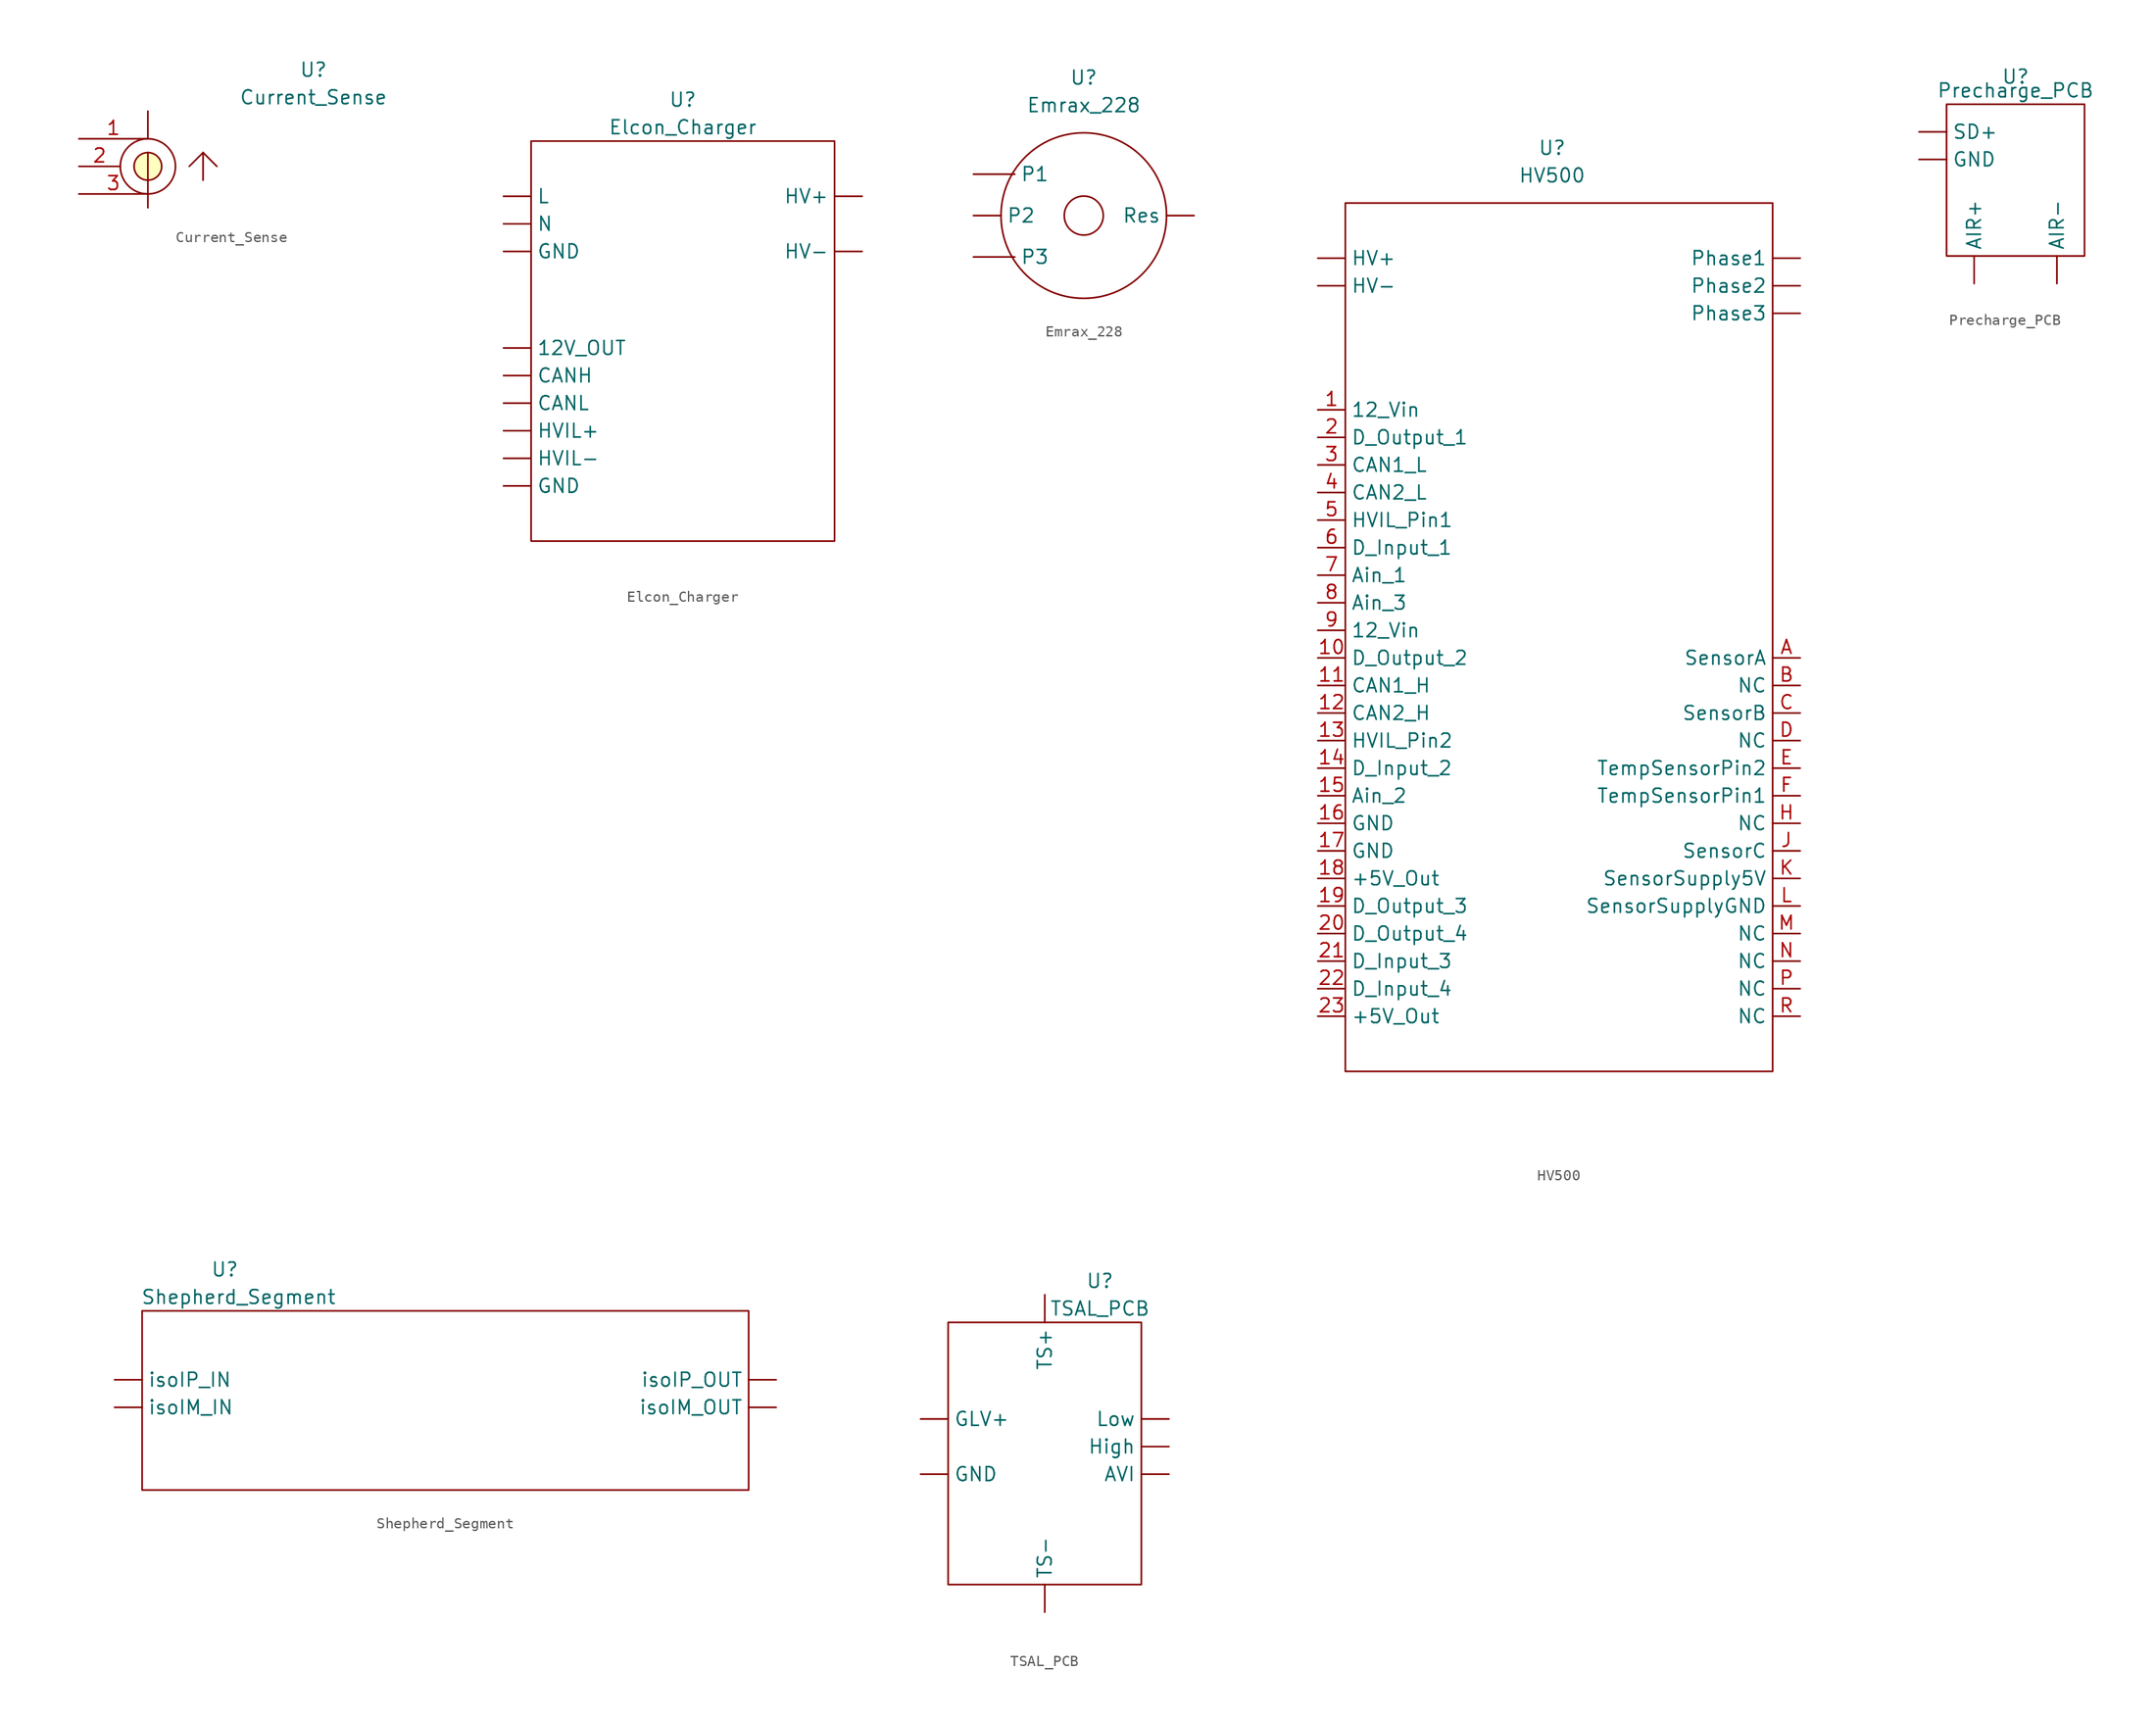
<source format=kicad_sym>
(kicad_symbol_lib
  (version 20211014)
  (generator kicad_symbol_editor)
  (symbol "Current_Sense"
    (property "Reference" "U"
      (at 15.24 8.89 0)
      (effects (font (size 1.27 1.27))))
    (property "Value" "Current_Sense"
      (at 15.24 6.35 0)
      (effects (font (size 1.27 1.27))))
    (symbol "Current_Sense_0_1"
      (polyline (pts (xy 0 -1.27) (xy 0 1.27)) (stroke (width 0) (type default) (color 0 0 0 0)) (fill (type none)))
      (polyline (pts (xy 5.08 -1.27) (xy 5.08 1.27)) (stroke (width 0) (type default) (color 0 0 0 0)) (fill (type none)))
      (polyline (pts (xy 5.08 1.27) (xy 3.81 0)) (stroke (width 0) (type default) (color 0 0 0 0)) (fill (type none)))
      (polyline (pts (xy 5.08 1.27) (xy 6.35 0)) (stroke (width 0) (type default) (color 0 0 0 0)) (fill (type none)))
      (circle (center 0 0) (radius 1.27) (stroke (width 0) (type default) (color 0 0 0 0)) (fill (type background)))
      (circle (center 0 0) (radius 2.54) (stroke (width 0) (type default) (color 0 0 0 0)) (fill (type none))))
    (symbol "Current_Sense_1_1"
      (pin bidirectional line (at 0 -3.81 90) (length 2.54) (name "" (effects (font (size 1.27 1.27)))) (number "" (effects (font (size 1.27 1.27)))))
      (pin bidirectional line (at 0 5.08 270) (length 2.54) (name "" (effects (font (size 1.27 1.27)))) (number "" (effects (font (size 1.27 1.27)))))
      (pin bidirectional line (at -6.35 2.54 0) (length 6.35) (name "" (effects (font (size 1.27 1.27)))) (number "1" (effects (font (size 1.27 1.27)))))
      (pin bidirectional line (at -6.35 0 0) (length 3.81) (name "" (effects (font (size 1.27 1.27)))) (number "2" (effects (font (size 1.27 1.27)))))
      (pin bidirectional line (at -6.35 -2.54 0) (length 6.35) (name "" (effects (font (size 1.27 1.27)))) (number "3" (effects (font (size 1.27 1.27)))))))
  (symbol "Elcon_Charger"
    (property "Reference" "U"
      (at 0 8.89 0)
      (effects (font (size 1.27 1.27))))
    (property "Value" "Elcon_Charger"
      (at 0 6.35 0)
      (effects (font (size 1.27 1.27))))
    (symbol "Elcon_Charger_0_1"
      (rectangle (start -13.97 5.08) (end 13.97 -31.75) (stroke (width 0) (type default) (color 0 0 0 0)) (fill (type none))))
    (symbol "Elcon_Charger_1_1"
      (pin output line (at -16.51 -13.97 0) (length 2.54) (name "12V_OUT" (effects (font (size 1.27 1.27)))) (number "" (effects (font (size 1.27 1.27)))))
      (pin output line (at -16.51 -16.51 0) (length 2.54) (name "CANH" (effects (font (size 1.27 1.27)))) (number "" (effects (font (size 1.27 1.27)))))
      (pin output line (at -16.51 -19.05 0) (length 2.54) (name "CANL" (effects (font (size 1.27 1.27)))) (number "" (effects (font (size 1.27 1.27)))))
      (pin output line (at -16.51 -26.67 0) (length 2.54) (name "GND" (effects (font (size 1.27 1.27)))) (number "" (effects (font (size 1.27 1.27)))))
      (pin input line (at -16.51 -5.08 0) (length 2.54) (name "GND" (effects (font (size 1.27 1.27)))) (number "" (effects (font (size 1.27 1.27)))))
      (pin output line (at 16.51 0 180) (length 2.54) (name "HV+" (effects (font (size 1.27 1.27)))) (number "" (effects (font (size 1.27 1.27)))))
      (pin output line (at 16.51 -5.08 180) (length 2.54) (name "HV-" (effects (font (size 1.27 1.27)))) (number "" (effects (font (size 1.27 1.27)))))
      (pin output line (at -16.51 -21.59 0) (length 2.54) (name "HVIL+" (effects (font (size 1.27 1.27)))) (number "" (effects (font (size 1.27 1.27)))))
      (pin output line (at -16.51 -24.13 0) (length 2.54) (name "HVIL-" (effects (font (size 1.27 1.27)))) (number "" (effects (font (size 1.27 1.27)))))
      (pin input line (at -16.51 0 0) (length 2.54) (name "L" (effects (font (size 1.27 1.27)))) (number "" (effects (font (size 1.27 1.27)))))
      (pin input line (at -16.51 -2.54 0) (length 2.54) (name "N" (effects (font (size 1.27 1.27)))) (number "" (effects (font (size 1.27 1.27)))))))
  (symbol "Emrax_228"
    (property "Reference" "U"
      (at 0 5.08 0)
      (effects (font (size 1.27 1.27))))
    (property "Value" "Emrax_228"
      (at 0 2.54 0)
      (effects (font (size 1.27 1.27))))
    (symbol "Emrax_228_0_1"
      (circle (center 0 -7.62) (radius 1.796) (stroke (width 0) (type default) (color 0 0 0 0)) (fill (type none)))
      (circle (center 0 -7.62) (radius 7.62) (stroke (width 0) (type default) (color 0 0 0 0)) (fill (type none))))
    (symbol "Emrax_228_1_1"
      (pin bidirectional line (at -10.16 -3.81 0) (length 3.81) (name "P1" (effects (font (size 1.27 1.27)))) (number "" (effects (font (size 1.27 1.27)))))
      (pin bidirectional line (at -10.16 -7.62 0) (length 2.54) (name "P2" (effects (font (size 1.27 1.27)))) (number "" (effects (font (size 1.27 1.27)))))
      (pin bidirectional line (at -10.16 -11.43 0) (length 3.81) (name "P3" (effects (font (size 1.27 1.27)))) (number "" (effects (font (size 1.27 1.27)))))
      (pin bidirectional line (at 10.16 -7.62 180) (length 2.54) (name "Res" (effects (font (size 1.27 1.27)))) (number "" (effects (font (size 1.27 1.27)))))))
  (symbol "HV500"
    (property "Reference" "U"
      (at 0 2.54 0)
      (effects (font (size 1.27 1.27))))
    (property "Value" "HV500"
      (at 0 0 0)
      (effects (font (size 1.27 1.27))))
    (symbol "HV500_0_1"
      (rectangle (start -19.05 -2.54) (end 20.32 -82.55) (stroke (width 0) (type default) (color 0 0 0 0)) (fill (type none))))
    (symbol "HV500_1_1"
      (pin bidirectional line (at -21.59 -7.62 0) (length 2.54) (name "HV+" (effects (font (size 1.27 1.27)))) (number "" (effects (font (size 1.27 1.27)))))
      (pin bidirectional line (at -21.59 -10.16 0) (length 2.54) (name "HV-" (effects (font (size 1.27 1.27)))) (number "" (effects (font (size 1.27 1.27)))))
      (pin bidirectional line (at 22.86 -7.62 180) (length 2.54) (name "Phase1" (effects (font (size 1.27 1.27)))) (number "" (effects (font (size 1.27 1.27)))))
      (pin bidirectional line (at 22.86 -10.16 180) (length 2.54) (name "Phase2" (effects (font (size 1.27 1.27)))) (number "" (effects (font (size 1.27 1.27)))))
      (pin bidirectional line (at 22.86 -12.7 180) (length 2.54) (name "Phase3" (effects (font (size 1.27 1.27)))) (number "" (effects (font (size 1.27 1.27)))))
      (pin bidirectional line (at -21.59 -21.59 0) (length 2.54) (name "12_Vin" (effects (font (size 1.27 1.27)))) (number "1" (effects (font (size 1.27 1.27)))))
      (pin bidirectional line (at -21.59 -44.45 0) (length 2.54) (name "D_Output_2" (effects (font (size 1.27 1.27)))) (number "10" (effects (font (size 1.27 1.27)))))
      (pin bidirectional line (at -21.59 -46.99 0) (length 2.54) (name "CAN1_H" (effects (font (size 1.27 1.27)))) (number "11" (effects (font (size 1.27 1.27)))))
      (pin bidirectional line (at -21.59 -49.53 0) (length 2.54) (name "CAN2_H" (effects (font (size 1.27 1.27)))) (number "12" (effects (font (size 1.27 1.27)))))
      (pin bidirectional line (at -21.59 -52.07 0) (length 2.54) (name "HVIL_Pin2" (effects (font (size 1.27 1.27)))) (number "13" (effects (font (size 1.27 1.27)))))
      (pin bidirectional line (at -21.59 -54.61 0) (length 2.54) (name "D_Input_2" (effects (font (size 1.27 1.27)))) (number "14" (effects (font (size 1.27 1.27)))))
      (pin bidirectional line (at -21.59 -57.15 0) (length 2.54) (name "Ain_2" (effects (font (size 1.27 1.27)))) (number "15" (effects (font (size 1.27 1.27)))))
      (pin bidirectional line (at -21.59 -59.69 0) (length 2.54) (name "GND" (effects (font (size 1.27 1.27)))) (number "16" (effects (font (size 1.27 1.27)))))
      (pin bidirectional line (at -21.59 -62.23 0) (length 2.54) (name "GND" (effects (font (size 1.27 1.27)))) (number "17" (effects (font (size 1.27 1.27)))))
      (pin bidirectional line (at -21.59 -64.77 0) (length 2.54) (name "+5V_Out" (effects (font (size 1.27 1.27)))) (number "18" (effects (font (size 1.27 1.27)))))
      (pin bidirectional line (at -21.59 -67.31 0) (length 2.54) (name "D_Output_3" (effects (font (size 1.27 1.27)))) (number "19" (effects (font (size 1.27 1.27)))))
      (pin bidirectional line (at -21.59 -24.13 0) (length 2.54) (name "D_Output_1" (effects (font (size 1.27 1.27)))) (number "2" (effects (font (size 1.27 1.27)))))
      (pin bidirectional line (at -21.59 -69.85 0) (length 2.54) (name "D_Output_4" (effects (font (size 1.27 1.27)))) (number "20" (effects (font (size 1.27 1.27)))))
      (pin bidirectional line (at -21.59 -72.39 0) (length 2.54) (name "D_Input_3" (effects (font (size 1.27 1.27)))) (number "21" (effects (font (size 1.27 1.27)))))
      (pin bidirectional line (at -21.59 -74.93 0) (length 2.54) (name "D_Input_4" (effects (font (size 1.27 1.27)))) (number "22" (effects (font (size 1.27 1.27)))))
      (pin bidirectional line (at -21.59 -77.47 0) (length 2.54) (name "+5V_Out" (effects (font (size 1.27 1.27)))) (number "23" (effects (font (size 1.27 1.27)))))
      (pin bidirectional line (at -21.59 -26.67 0) (length 2.54) (name "CAN1_L" (effects (font (size 1.27 1.27)))) (number "3" (effects (font (size 1.27 1.27)))))
      (pin bidirectional line (at -21.59 -29.21 0) (length 2.54) (name "CAN2_L" (effects (font (size 1.27 1.27)))) (number "4" (effects (font (size 1.27 1.27)))))
      (pin bidirectional line (at -21.59 -31.75 0) (length 2.54) (name "HVIL_Pin1" (effects (font (size 1.27 1.27)))) (number "5" (effects (font (size 1.27 1.27)))))
      (pin bidirectional line (at -21.59 -34.29 0) (length 2.54) (name "D_Input_1" (effects (font (size 1.27 1.27)))) (number "6" (effects (font (size 1.27 1.27)))))
      (pin bidirectional line (at -21.59 -36.83 0) (length 2.54) (name "Ain_1" (effects (font (size 1.27 1.27)))) (number "7" (effects (font (size 1.27 1.27)))))
      (pin bidirectional line (at -21.59 -39.37 0) (length 2.54) (name "Ain_3" (effects (font (size 1.27 1.27)))) (number "8" (effects (font (size 1.27 1.27)))))
      (pin bidirectional line (at -21.59 -41.91 0) (length 2.54) (name "12_Vin" (effects (font (size 1.27 1.27)))) (number "9" (effects (font (size 1.27 1.27)))))
      (pin bidirectional line (at 22.86 -44.45 180) (length 2.54) (name "SensorA" (effects (font (size 1.27 1.27)))) (number "A" (effects (font (size 1.27 1.27)))))
      (pin bidirectional line (at 22.86 -46.99 180) (length 2.54) (name "NC" (effects (font (size 1.27 1.27)))) (number "B" (effects (font (size 1.27 1.27)))))
      (pin bidirectional line (at 22.86 -49.53 180) (length 2.54) (name "SensorB" (effects (font (size 1.27 1.27)))) (number "C" (effects (font (size 1.27 1.27)))))
      (pin bidirectional line (at 22.86 -52.07 180) (length 2.54) (name "NC" (effects (font (size 1.27 1.27)))) (number "D" (effects (font (size 1.27 1.27)))))
      (pin bidirectional line (at 22.86 -54.61 180) (length 2.54) (name "TempSensorPin2" (effects (font (size 1.27 1.27)))) (number "E" (effects (font (size 1.27 1.27)))))
      (pin bidirectional line (at 22.86 -57.15 180) (length 2.54) (name "TempSensorPin1" (effects (font (size 1.27 1.27)))) (number "F" (effects (font (size 1.27 1.27)))))
      (pin bidirectional line (at 22.86 -59.69 180) (length 2.54) (name "NC" (effects (font (size 1.27 1.27)))) (number "H" (effects (font (size 1.27 1.27)))))
      (pin bidirectional line (at 22.86 -62.23 180) (length 2.54) (name "SensorC" (effects (font (size 1.27 1.27)))) (number "J" (effects (font (size 1.27 1.27)))))
      (pin bidirectional line (at 22.86 -64.77 180) (length 2.54) (name "SensorSupply5V" (effects (font (size 1.27 1.27)))) (number "K" (effects (font (size 1.27 1.27)))))
      (pin bidirectional line (at 22.86 -67.31 180) (length 2.54) (name "SensorSupplyGND" (effects (font (size 1.27 1.27)))) (number "L" (effects (font (size 1.27 1.27)))))
      (pin bidirectional line (at 22.86 -69.85 180) (length 2.54) (name "NC" (effects (font (size 1.27 1.27)))) (number "M" (effects (font (size 1.27 1.27)))))
      (pin bidirectional line (at 22.86 -72.39 180) (length 2.54) (name "NC" (effects (font (size 1.27 1.27)))) (number "N" (effects (font (size 1.27 1.27)))))
      (pin bidirectional line (at 22.86 -74.93 180) (length 2.54) (name "NC" (effects (font (size 1.27 1.27)))) (number "P" (effects (font (size 1.27 1.27)))))
      (pin bidirectional line (at 22.86 -77.47 180) (length 2.54) (name "NC" (effects (font (size 1.27 1.27)))) (number "R" (effects (font (size 1.27 1.27)))))))
  (symbol "Precharge_PCB"
    (property "Reference" "U"
      (at 0 2.54 0)
      (effects (font (size 1.27 1.27))))
    (property "Value" "Precharge_PCB"
      (at 0 1.27 0)
      (effects (font (size 1.27 1.27))))
    (symbol "Precharge_PCB_0_1"
      (rectangle (start -6.35 0) (end 6.35 -13.97) (stroke (width 0) (type default) (color 0 0 0 0)) (fill (type none))))
    (symbol "Precharge_PCB_1_1"
      (pin bidirectional line (at -3.81 -16.51 90) (length 2.54) (name "AIR+" (effects (font (size 1.27 1.27)))) (number "" (effects (font (size 1.27 1.27)))))
      (pin bidirectional line (at 3.81 -16.51 90) (length 2.54) (name "AIR-" (effects (font (size 1.27 1.27)))) (number "" (effects (font (size 1.27 1.27)))))
      (pin bidirectional line (at -8.89 -5.08 0) (length 2.54) (name "GND" (effects (font (size 1.27 1.27)))) (number "" (effects (font (size 1.27 1.27)))))
      (pin bidirectional line (at -8.89 -2.54 0) (length 2.54) (name "SD+" (effects (font (size 1.27 1.27)))) (number "" (effects (font (size 1.27 1.27)))))))
  (symbol "Shepherd_Segment"
    (property "Reference" "U"
      (at -19.05 11.43 0)
      (effects (font (size 1.27 1.27))))
    (property "Value" "Shepherd_Segment"
      (at -17.78 8.89 0)
      (effects (font (size 1.27 1.27))))
    (symbol "Shepherd_Segment_0_1"
      (rectangle (start -26.67 7.62) (end 29.21 -8.89) (stroke (width 0) (type default) (color 0 0 0 0)) (fill (type none))))
    (symbol "Shepherd_Segment_1_1"
      (pin bidirectional line (at -29.21 -1.27 0) (length 2.54) (name "isoIM_IN" (effects (font (size 1.27 1.27)))) (number "" (effects (font (size 1.27 1.27)))))
      (pin bidirectional line (at 31.75 -1.27 180) (length 2.54) (name "isoIM_OUT" (effects (font (size 1.27 1.27)))) (number "" (effects (font (size 1.27 1.27)))))
      (pin bidirectional line (at -29.21 1.27 0) (length 2.54) (name "isoIP_IN" (effects (font (size 1.27 1.27)))) (number "" (effects (font (size 1.27 1.27)))))
      (pin bidirectional line (at 31.75 1.27 180) (length 2.54) (name "isoIP_OUT" (effects (font (size 1.27 1.27)))) (number "" (effects (font (size 1.27 1.27)))))))
  (symbol "TSAL_PCB"
    (property "Reference" "U"
      (at 5.08 3.81 0)
      (effects (font (size 1.27 1.27))))
    (property "Value" "TSAL_PCB"
      (at 5.08 1.27 0)
      (effects (font (size 1.27 1.27))))
    (symbol "TSAL_PCB_0_1"
      (rectangle (start -8.89 0) (end 8.89 -24.13) (stroke (width 0) (type default) (color 0 0 0 0)) (fill (type none))))
    (symbol "TSAL_PCB_1_1"
      (pin bidirectional line (at 11.43 -13.97 180) (length 2.54) (name "AVI" (effects (font (size 1.27 1.27)))) (number "" (effects (font (size 1.27 1.27)))))
      (pin bidirectional line (at -11.43 -8.89 0) (length 2.54) (name "GLV+" (effects (font (size 1.27 1.27)))) (number "" (effects (font (size 1.27 1.27)))))
      (pin bidirectional line (at -11.43 -13.97 0) (length 2.54) (name "GND" (effects (font (size 1.27 1.27)))) (number "" (effects (font (size 1.27 1.27)))))
      (pin bidirectional line (at 11.43 -11.43 180) (length 2.54) (name "High" (effects (font (size 1.27 1.27)))) (number "" (effects (font (size 1.27 1.27)))))
      (pin bidirectional line (at 11.43 -8.89 180) (length 2.54) (name "Low" (effects (font (size 1.27 1.27)))) (number "" (effects (font (size 1.27 1.27)))))
      (pin bidirectional line (at 0 2.54 270) (length 2.54) (name "TS+" (effects (font (size 1.27 1.27)))) (number "" (effects (font (size 1.27 1.27)))))
      (pin bidirectional line (at 0 -26.67 90) (length 2.54) (name "TS-" (effects (font (size 1.27 1.27)))) (number "" (effects (font (size 1.27 1.27))))))))
</source>
